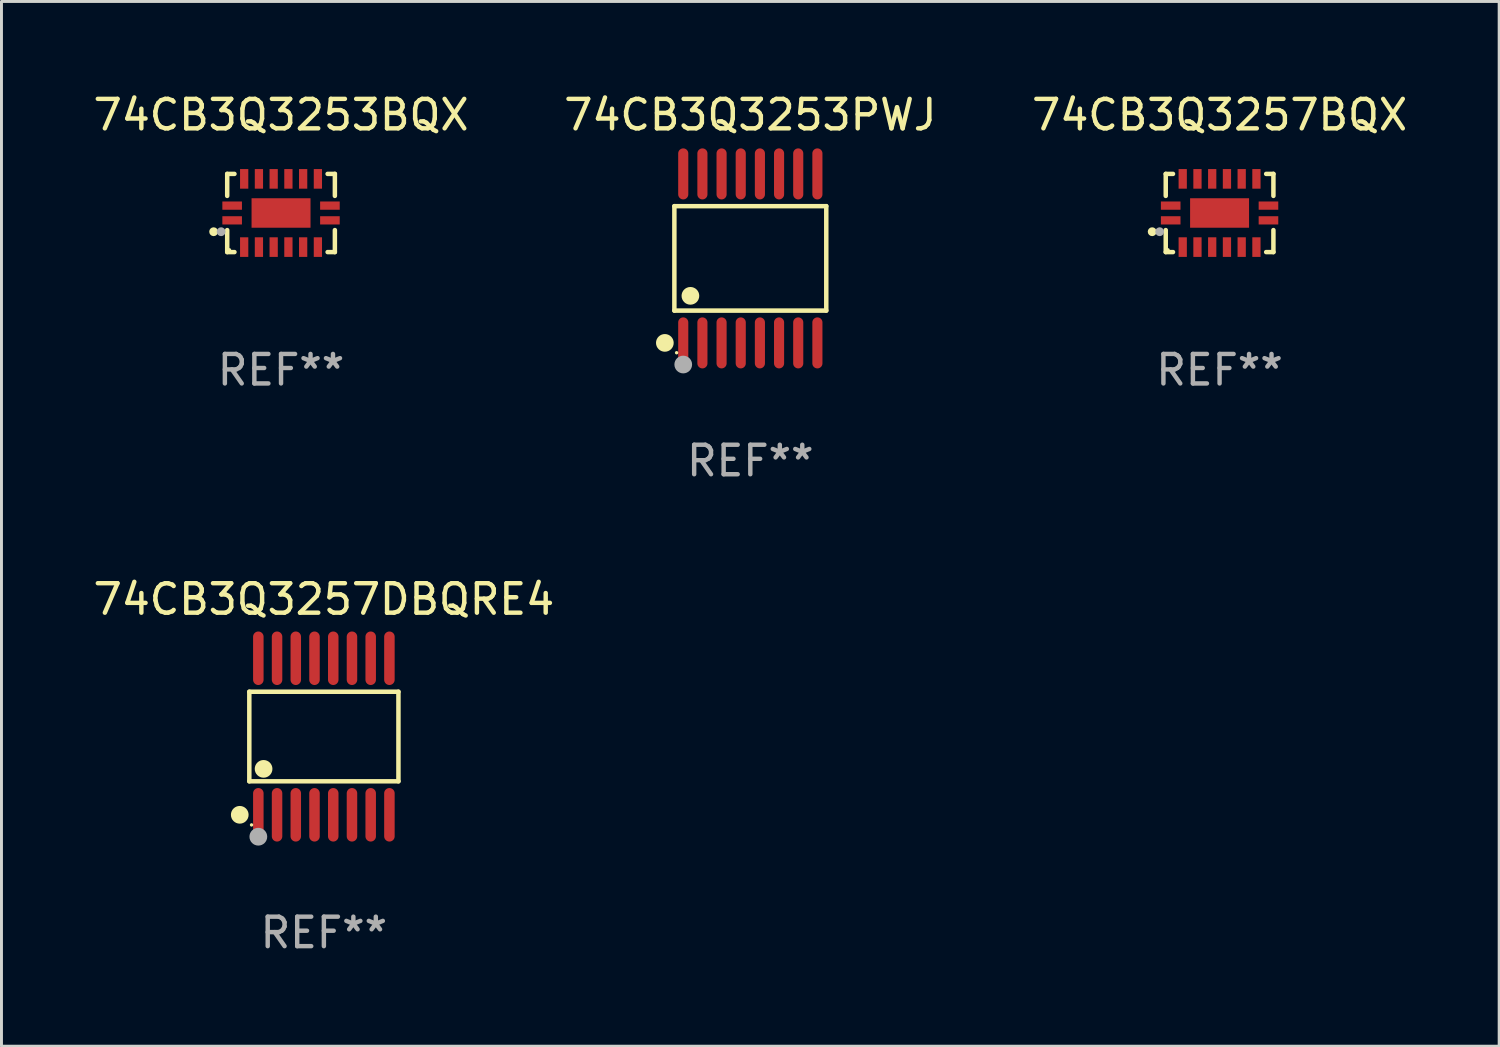
<source format=kicad_pcb>
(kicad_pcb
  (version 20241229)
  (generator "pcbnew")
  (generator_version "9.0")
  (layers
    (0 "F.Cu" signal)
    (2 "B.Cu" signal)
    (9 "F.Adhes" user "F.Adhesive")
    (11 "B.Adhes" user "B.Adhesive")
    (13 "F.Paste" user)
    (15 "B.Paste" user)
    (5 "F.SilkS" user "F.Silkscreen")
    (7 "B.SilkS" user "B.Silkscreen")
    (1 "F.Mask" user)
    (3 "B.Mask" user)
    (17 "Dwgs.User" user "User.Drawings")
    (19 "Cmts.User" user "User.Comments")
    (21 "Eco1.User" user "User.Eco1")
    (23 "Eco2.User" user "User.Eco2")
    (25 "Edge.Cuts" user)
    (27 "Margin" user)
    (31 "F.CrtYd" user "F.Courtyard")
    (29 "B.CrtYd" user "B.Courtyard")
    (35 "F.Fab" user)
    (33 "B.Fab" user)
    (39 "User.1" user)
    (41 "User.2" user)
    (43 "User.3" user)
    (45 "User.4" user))
  (footprint "74CB3Q3257DBQRE4"
    (layer "F.Cu")
    (at 7.935 21.931)
    (property "Reference" "74CB3Q3257DBQRE4" (at 0 -4.655 0) (layer "F.SilkS") (effects (font (size 1 1) (thickness 0.15))))
    (attr through_hole)
    (fp_line (start -2.529 -1.519) (end 2.529 -1.519) (stroke (width 0.152) (type solid)) (layer "F.SilkS"))
    (fp_line (start -2.529 1.519) (end -2.529 -1.519) (stroke (width 0.152) (type solid)) (layer "F.SilkS"))
    (fp_line (start 2.529 -1.519) (end 2.529 1.519) (stroke (width 0.152) (type solid)) (layer "F.SilkS"))
    (fp_line (start 2.529 1.519) (end -2.529 1.519) (stroke (width 0.152) (type solid)) (layer "F.SilkS"))
    (fp_circle (center -2.853 2.655) (end -2.703 2.655) (stroke (width 0.3) (type solid)) (fill no) (layer "F.SilkS"))
    (fp_circle (center -2.453 2.998) (end -2.423 2.998) (stroke (width 0.06) (type solid)) (fill no) (layer "F.SilkS"))
    (fp_circle (center -2.045 1.097) (end -1.895 1.097) (stroke (width 0.3) (type solid)) (fill no) (layer "F.SilkS"))
    (fp_circle (center -2.223 3.398) (end -2.072 3.398) (stroke (width 0.3) (type solid)) (fill no) (layer "F.Fab"))
    (fp_text user "REF**" (at 0 6.655 0) (layer "F.Fab") (effects (font (size 1 1) (thickness 0.15))))
    (pad "1" smd oval (at -2.223 2.655) (size 0.356 1.815) (layers "F.Cu" "F.Mask" "F.Paste"))
    (pad "2" smd oval (at -1.588 2.655) (size 0.356 1.815) (layers "F.Cu" "F.Mask" "F.Paste"))
    (pad "3" smd oval (at -0.953 2.655) (size 0.356 1.815) (layers "F.Cu" "F.Mask" "F.Paste"))
    (pad "4" smd oval (at -0.318 2.655) (size 0.356 1.815) (layers "F.Cu" "F.Mask" "F.Paste"))
    (pad "5" smd oval (at 0.318 2.655) (size 0.356 1.815) (layers "F.Cu" "F.Mask" "F.Paste"))
    (pad "6" smd oval (at 0.953 2.655) (size 0.356 1.815) (layers "F.Cu" "F.Mask" "F.Paste"))
    (pad "7" smd oval (at 1.588 2.655) (size 0.356 1.815) (layers "F.Cu" "F.Mask" "F.Paste"))
    (pad "8" smd oval (at 2.223 2.655) (size 0.356 1.815) (layers "F.Cu" "F.Mask" "F.Paste"))
    (pad "9" smd oval (at 2.223 -2.655) (size 0.356 1.815) (layers "F.Cu" "F.Mask" "F.Paste"))
    (pad "10" smd oval (at 1.588 -2.655) (size 0.356 1.815) (layers "F.Cu" "F.Mask" "F.Paste"))
    (pad "11" smd oval (at 0.953 -2.655) (size 0.356 1.815) (layers "F.Cu" "F.Mask" "F.Paste"))
    (pad "12" smd oval (at 0.318 -2.655) (size 0.356 1.815) (layers "F.Cu" "F.Mask" "F.Paste"))
    (pad "13" smd oval (at -0.318 -2.655) (size 0.356 1.815) (layers "F.Cu" "F.Mask" "F.Paste"))
    (pad "14" smd oval (at -0.953 -2.655) (size 0.356 1.815) (layers "F.Cu" "F.Mask" "F.Paste"))
    (pad "15" smd oval (at -1.588 -2.655) (size 0.356 1.815) (layers "F.Cu" "F.Mask" "F.Paste"))
    (pad "16" smd oval (at -2.223 -2.655) (size 0.356 1.815) (layers "F.Cu" "F.Mask" "F.Paste")))
  (footprint "74CB3Q3257BQX"
    (layer "F.Cu")
    (at 38.315 4.174)
    (property "Reference" "74CB3Q3257BQX" (at 0 -3.326 0) (layer "F.SilkS") (effects (font (size 1 1) (thickness 0.15))))
    (attr through_hole)
    (fp_line (start -1.826 -1.326) (end -1.58 -1.326) (stroke (width 0.152) (type solid)) (layer "F.SilkS"))
    (fp_line (start -1.826 -0.58) (end -1.826 -1.326) (stroke (width 0.152) (type solid)) (layer "F.SilkS"))
    (fp_line (start -1.826 0.58) (end -1.826 1.326) (stroke (width 0.152) (type solid)) (layer "F.SilkS"))
    (fp_line (start -1.826 1.326) (end -1.58 1.326) (stroke (width 0.152) (type solid)) (layer "F.SilkS"))
    (fp_line (start 1.826 -1.326) (end 1.58 -1.326) (stroke (width 0.152) (type solid)) (layer "F.SilkS"))
    (fp_line (start 1.826 -0.58) (end 1.826 -1.326) (stroke (width 0.152) (type solid)) (layer "F.SilkS"))
    (fp_line (start 1.826 0.58) (end 1.826 1.326) (stroke (width 0.152) (type solid)) (layer "F.SilkS"))
    (fp_line (start 1.826 1.326) (end 1.58 1.326) (stroke (width 0.152) (type solid)) (layer "F.SilkS"))
    (fp_circle (center -2.286 0.635) (end -2.211 0.635) (stroke (width 0.15) (type solid)) (fill no) (layer "F.SilkS"))
    (fp_circle (center -1.75 1.25) (end -1.72 1.25) (stroke (width 0.06) (type solid)) (fill no) (layer "F.SilkS"))
    (fp_circle (center -2.032 0.635) (end -1.957 0.635) (stroke (width 0.15) (type solid)) (fill no) (layer "F.Fab"))
    (fp_text user "REF**" (at 0 5.326 0) (layer "F.Fab") (effects (font (size 1 1) (thickness 0.15))))
    (pad "1" smd rect (at -1.658 0.25) (size 0.665 0.28) (layers "F.Cu" "F.Mask" "F.Paste"))
    (pad "2" smd rect (at -1.25 1.157) (size 0.28 0.665) (layers "F.Cu" "F.Mask" "F.Paste"))
    (pad "3" smd rect (at -0.75 1.157) (size 0.28 0.665) (layers "F.Cu" "F.Mask" "F.Paste"))
    (pad "4" smd rect (at -0.25 1.157) (size 0.28 0.665) (layers "F.Cu" "F.Mask" "F.Paste"))
    (pad "5" smd rect (at 0.25 1.157) (size 0.28 0.665) (layers "F.Cu" "F.Mask" "F.Paste"))
    (pad "6" smd rect (at 0.75 1.157) (size 0.28 0.665) (layers "F.Cu" "F.Mask" "F.Paste"))
    (pad "7" smd rect (at 1.25 1.157) (size 0.28 0.665) (layers "F.Cu" "F.Mask" "F.Paste"))
    (pad "8" smd rect (at 1.658 0.25) (size 0.665 0.28) (layers "F.Cu" "F.Mask" "F.Paste"))
    (pad "9" smd rect (at 1.658 -0.25) (size 0.665 0.28) (layers "F.Cu" "F.Mask" "F.Paste"))
    (pad "10" smd rect (at 1.25 -1.157) (size 0.28 0.665) (layers "F.Cu" "F.Mask" "F.Paste"))
    (pad "11" smd rect (at 0.75 -1.157) (size 0.28 0.665) (layers "F.Cu" "F.Mask" "F.Paste"))
    (pad "12" smd rect (at 0.25 -1.157) (size 0.28 0.665) (layers "F.Cu" "F.Mask" "F.Paste"))
    (pad "13" smd rect (at -0.25 -1.157) (size 0.28 0.665) (layers "F.Cu" "F.Mask" "F.Paste"))
    (pad "14" smd rect (at -0.75 -1.157) (size 0.28 0.665) (layers "F.Cu" "F.Mask" "F.Paste"))
    (pad "15" smd rect (at -1.25 -1.157) (size 0.28 0.665) (layers "F.Cu" "F.Mask" "F.Paste"))
    (pad "16" smd rect (at -1.658 -0.25) (size 0.665 0.28) (layers "F.Cu" "F.Mask" "F.Paste"))
    (pad "17" smd rect (at 0 0) (size 2 1) (layers "F.Cu" "F.Mask" "F.Paste")))
  (footprint "74CB3Q3253BQX"
    (layer "F.Cu")
    (at 6.482 4.174)
    (property "Reference" "74CB3Q3253BQX" (at 0 -3.326 0) (layer "F.SilkS") (effects (font (size 1 1) (thickness 0.15))))
    (attr through_hole)
    (fp_line (start -1.826 -1.326) (end -1.58 -1.326) (stroke (width 0.152) (type solid)) (layer "F.SilkS"))
    (fp_line (start -1.826 -0.58) (end -1.826 -1.326) (stroke (width 0.152) (type solid)) (layer "F.SilkS"))
    (fp_line (start -1.826 0.58) (end -1.826 1.326) (stroke (width 0.152) (type solid)) (layer "F.SilkS"))
    (fp_line (start -1.826 1.326) (end -1.58 1.326) (stroke (width 0.152) (type solid)) (layer "F.SilkS"))
    (fp_line (start 1.826 -1.326) (end 1.58 -1.326) (stroke (width 0.152) (type solid)) (layer "F.SilkS"))
    (fp_line (start 1.826 -0.58) (end 1.826 -1.326) (stroke (width 0.152) (type solid)) (layer "F.SilkS"))
    (fp_line (start 1.826 0.58) (end 1.826 1.326) (stroke (width 0.152) (type solid)) (layer "F.SilkS"))
    (fp_line (start 1.826 1.326) (end 1.58 1.326) (stroke (width 0.152) (type solid)) (layer "F.SilkS"))
    (fp_circle (center -2.286 0.635) (end -2.211 0.635) (stroke (width 0.15) (type solid)) (fill no) (layer "F.SilkS"))
    (fp_circle (center -1.75 1.25) (end -1.72 1.25) (stroke (width 0.06) (type solid)) (fill no) (layer "F.SilkS"))
    (fp_circle (center -2.032 0.635) (end -1.957 0.635) (stroke (width 0.15) (type solid)) (fill no) (layer "F.Fab"))
    (fp_text user "REF**" (at 0 5.326 0) (layer "F.Fab") (effects (font (size 1 1) (thickness 0.15))))
    (pad "1" smd rect (at -1.658 0.25) (size 0.665 0.28) (layers "F.Cu" "F.Mask" "F.Paste"))
    (pad "2" smd rect (at -1.25 1.157) (size 0.28 0.665) (layers "F.Cu" "F.Mask" "F.Paste"))
    (pad "3" smd rect (at -0.75 1.157) (size 0.28 0.665) (layers "F.Cu" "F.Mask" "F.Paste"))
    (pad "4" smd rect (at -0.25 1.157) (size 0.28 0.665) (layers "F.Cu" "F.Mask" "F.Paste"))
    (pad "5" smd rect (at 0.25 1.157) (size 0.28 0.665) (layers "F.Cu" "F.Mask" "F.Paste"))
    (pad "6" smd rect (at 0.75 1.157) (size 0.28 0.665) (layers "F.Cu" "F.Mask" "F.Paste"))
    (pad "7" smd rect (at 1.25 1.157) (size 0.28 0.665) (layers "F.Cu" "F.Mask" "F.Paste"))
    (pad "8" smd rect (at 1.658 0.25) (size 0.665 0.28) (layers "F.Cu" "F.Mask" "F.Paste"))
    (pad "9" smd rect (at 1.658 -0.25) (size 0.665 0.28) (layers "F.Cu" "F.Mask" "F.Paste"))
    (pad "10" smd rect (at 1.25 -1.157) (size 0.28 0.665) (layers "F.Cu" "F.Mask" "F.Paste"))
    (pad "11" smd rect (at 0.75 -1.157) (size 0.28 0.665) (layers "F.Cu" "F.Mask" "F.Paste"))
    (pad "12" smd rect (at 0.25 -1.157) (size 0.28 0.665) (layers "F.Cu" "F.Mask" "F.Paste"))
    (pad "13" smd rect (at -0.25 -1.157) (size 0.28 0.665) (layers "F.Cu" "F.Mask" "F.Paste"))
    (pad "14" smd rect (at -0.75 -1.157) (size 0.28 0.665) (layers "F.Cu" "F.Mask" "F.Paste"))
    (pad "15" smd rect (at -1.25 -1.157) (size 0.28 0.665) (layers "F.Cu" "F.Mask" "F.Paste"))
    (pad "16" smd rect (at -1.658 -0.25) (size 0.665 0.28) (layers "F.Cu" "F.Mask" "F.Paste"))
    (pad "17" smd rect (at 0 0) (size 2 1) (layers "F.Cu" "F.Mask" "F.Paste")))
  (footprint "74CB3Q3253PWJ"
    (layer "F.Cu")
    (at 22.399 5.714)
    (property "Reference" "74CB3Q3253PWJ" (at 0 -4.866 0) (layer "F.SilkS") (effects (font (size 1 1) (thickness 0.15))))
    (attr through_hole)
    (fp_line (start -2.576 -1.772) (end 2.576 -1.772) (stroke (width 0.152) (type solid)) (layer "F.SilkS"))
    (fp_line (start -2.576 1.771) (end -2.576 -1.772) (stroke (width 0.152) (type solid)) (layer "F.SilkS"))
    (fp_line (start 2.576 -1.772) (end 2.576 1.771) (stroke (width 0.152) (type solid)) (layer "F.SilkS"))
    (fp_line (start 2.576 1.771) (end -2.576 1.771) (stroke (width 0.152) (type solid)) (layer "F.SilkS"))
    (fp_circle (center -2.899 2.866) (end -2.749 2.866) (stroke (width 0.3) (type solid)) (fill no) (layer "F.SilkS"))
    (fp_circle (center -2.5 3.2) (end -2.47 3.2) (stroke (width 0.06) (type solid)) (fill no) (layer "F.SilkS"))
    (fp_circle (center -2.032 1.27) (end -1.882 1.27) (stroke (width 0.3) (type solid)) (fill no) (layer "F.SilkS"))
    (fp_circle (center -2.275 3.6) (end -2.125 3.6) (stroke (width 0.3) (type solid)) (fill no) (layer "F.Fab"))
    (fp_text user "REF**" (at 0 6.866 0) (layer "F.Fab") (effects (font (size 1 1) (thickness 0.15))))
    (pad "1" smd oval (at -2.275 2.866) (size 0.343 1.731) (layers "F.Cu" "F.Mask" "F.Paste"))
    (pad "2" smd oval (at -1.625 2.866) (size 0.343 1.731) (layers "F.Cu" "F.Mask" "F.Paste"))
    (pad "3" smd oval (at -0.975 2.866) (size 0.343 1.731) (layers "F.Cu" "F.Mask" "F.Paste"))
    (pad "4" smd oval (at -0.325 2.866) (size 0.343 1.731) (layers "F.Cu" "F.Mask" "F.Paste"))
    (pad "5" smd oval (at 0.325 2.866) (size 0.343 1.731) (layers "F.Cu" "F.Mask" "F.Paste"))
    (pad "6" smd oval (at 0.975 2.866) (size 0.343 1.731) (layers "F.Cu" "F.Mask" "F.Paste"))
    (pad "7" smd oval (at 1.625 2.866) (size 0.343 1.731) (layers "F.Cu" "F.Mask" "F.Paste"))
    (pad "8" smd oval (at 2.275 2.866) (size 0.343 1.731) (layers "F.Cu" "F.Mask" "F.Paste"))
    (pad "9" smd oval (at 2.275 -2.866) (size 0.343 1.731) (layers "F.Cu" "F.Mask" "F.Paste"))
    (pad "10" smd oval (at 1.625 -2.866) (size 0.343 1.731) (layers "F.Cu" "F.Mask" "F.Paste"))
    (pad "11" smd oval (at 0.975 -2.866) (size 0.343 1.731) (layers "F.Cu" "F.Mask" "F.Paste"))
    (pad "12" smd oval (at 0.325 -2.866) (size 0.343 1.731) (layers "F.Cu" "F.Mask" "F.Paste"))
    (pad "13" smd oval (at -0.325 -2.866) (size 0.343 1.731) (layers "F.Cu" "F.Mask" "F.Paste"))
    (pad "14" smd oval (at -0.975 -2.866) (size 0.343 1.731) (layers "F.Cu" "F.Mask" "F.Paste"))
    (pad "15" smd oval (at -1.625 -2.866) (size 0.343 1.731) (layers "F.Cu" "F.Mask" "F.Paste"))
    (pad "16" smd oval (at -2.275 -2.866) (size 0.343 1.731) (layers "F.Cu" "F.Mask" "F.Paste")))
  (gr_rect
    (start -3 -3)
    (end 47.798 32.434)
    (stroke (width 0.1) (type default))
    (fill no)
    (layer "Edge.Cuts")))
</source>
